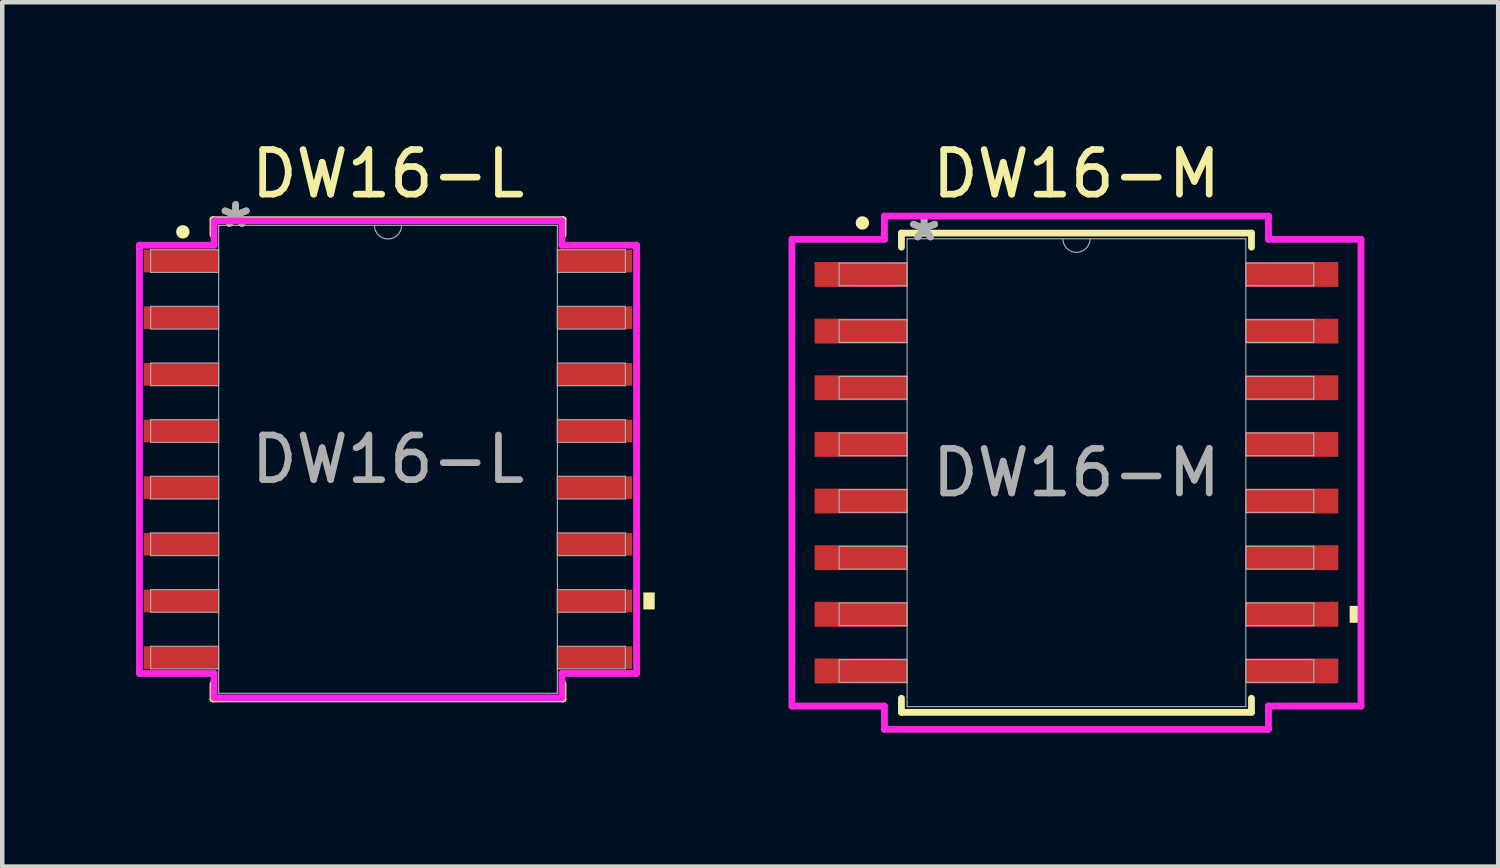
<source format=kicad_pcb>
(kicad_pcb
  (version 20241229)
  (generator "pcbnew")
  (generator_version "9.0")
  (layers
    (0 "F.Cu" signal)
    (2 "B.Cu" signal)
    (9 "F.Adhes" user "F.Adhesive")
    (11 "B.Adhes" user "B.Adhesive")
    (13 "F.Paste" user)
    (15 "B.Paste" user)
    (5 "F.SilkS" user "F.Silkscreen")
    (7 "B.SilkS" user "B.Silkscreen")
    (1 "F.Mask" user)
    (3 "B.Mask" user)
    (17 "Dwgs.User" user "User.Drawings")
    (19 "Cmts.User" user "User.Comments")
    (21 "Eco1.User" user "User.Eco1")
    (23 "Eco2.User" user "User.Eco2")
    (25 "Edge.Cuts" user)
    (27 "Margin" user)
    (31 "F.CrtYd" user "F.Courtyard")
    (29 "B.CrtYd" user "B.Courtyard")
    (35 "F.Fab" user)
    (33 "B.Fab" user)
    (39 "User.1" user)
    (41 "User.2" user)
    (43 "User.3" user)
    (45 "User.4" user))
  (footprint "DW16-L"
    (layer "F.Cu")
    (at 5.649 7.248)
    (property "Reference" "DW16-L" (at 0 -6.4 0) (unlocked yes) (layer "F.SilkS") (effects (font (size 1 1) (thickness 0.15))))
    (attr smd)
    (fp_line (start -3.924 -5.372) (end -3.924 -5.032) (stroke (width 0.152) (type solid)) (layer "F.SilkS"))
    (fp_line (start -3.924 5.032) (end -3.924 5.372) (stroke (width 0.152) (type solid)) (layer "F.SilkS"))
    (fp_line (start -3.924 5.372) (end 3.924 5.372) (stroke (width 0.152) (type solid)) (layer "F.SilkS"))
    (fp_line (start 3.924 -5.372) (end -3.924 -5.372) (stroke (width 0.152) (type solid)) (layer "F.SilkS"))
    (fp_line (start 3.924 -5.032) (end 3.924 -5.372) (stroke (width 0.152) (type solid)) (layer "F.SilkS"))
    (fp_line (start 3.924 5.372) (end 3.924 5.032) (stroke (width 0.152) (type solid)) (layer "F.SilkS"))
    (fp_circle (center -4.6 -5.1) (end -4.5 -5.1) (stroke (width 0.1) (type solid)) (fill yes) (layer "F.SilkS"))
    (fp_poly (pts (xy 5.979 2.985) (xy 5.979 3.365) (xy 5.725 3.365) (xy 5.725 2.985)) (stroke (width 0) (type solid)) (fill yes) (layer "F.SilkS"))
    (fp_line (start -5.573 -4.801) (end -3.899 -4.801) (stroke (width 0.152) (type solid)) (layer "F.CrtYd"))
    (fp_line (start -5.573 4.801) (end -5.573 -4.801) (stroke (width 0.152) (type solid)) (layer "F.CrtYd"))
    (fp_line (start -5.573 4.801) (end -3.899 4.801) (stroke (width 0.152) (type solid)) (layer "F.CrtYd"))
    (fp_line (start -3.899 -5.347) (end 3.899 -5.347) (stroke (width 0.152) (type solid)) (layer "F.CrtYd"))
    (fp_line (start -3.899 -4.801) (end -3.899 -5.347) (stroke (width 0.152) (type solid)) (layer "F.CrtYd"))
    (fp_line (start -3.899 5.347) (end -3.899 4.801) (stroke (width 0.152) (type solid)) (layer "F.CrtYd"))
    (fp_line (start 3.899 -5.347) (end 3.899 -4.801) (stroke (width 0.152) (type solid)) (layer "F.CrtYd"))
    (fp_line (start 3.899 4.801) (end 3.899 5.347) (stroke (width 0.152) (type solid)) (layer "F.CrtYd"))
    (fp_line (start 3.899 5.347) (end -3.899 5.347) (stroke (width 0.152) (type solid)) (layer "F.CrtYd"))
    (fp_line (start 5.573 -4.801) (end 3.899 -4.801) (stroke (width 0.152) (type solid)) (layer "F.CrtYd"))
    (fp_line (start 5.573 -4.801) (end 5.573 4.801) (stroke (width 0.152) (type solid)) (layer "F.CrtYd"))
    (fp_line (start 5.573 4.801) (end 3.899 4.801) (stroke (width 0.152) (type solid)) (layer "F.CrtYd"))
    (fp_line (start -5.321 -4.699) (end -5.321 -4.191) (stroke (width 0.025) (type solid)) (layer "F.Fab"))
    (fp_line (start -5.321 -4.191) (end -3.797 -4.191) (stroke (width 0.025) (type solid)) (layer "F.Fab"))
    (fp_line (start -5.321 -3.429) (end -5.321 -2.921) (stroke (width 0.025) (type solid)) (layer "F.Fab"))
    (fp_line (start -5.321 -2.921) (end -3.797 -2.921) (stroke (width 0.025) (type solid)) (layer "F.Fab"))
    (fp_line (start -5.321 -2.159) (end -5.321 -1.651) (stroke (width 0.025) (type solid)) (layer "F.Fab"))
    (fp_line (start -5.321 -1.651) (end -3.797 -1.651) (stroke (width 0.025) (type solid)) (layer "F.Fab"))
    (fp_line (start -5.321 -0.889) (end -5.321 -0.381) (stroke (width 0.025) (type solid)) (layer "F.Fab"))
    (fp_line (start -5.321 -0.381) (end -3.797 -0.381) (stroke (width 0.025) (type solid)) (layer "F.Fab"))
    (fp_line (start -5.321 0.381) (end -5.321 0.889) (stroke (width 0.025) (type solid)) (layer "F.Fab"))
    (fp_line (start -5.321 0.889) (end -3.797 0.889) (stroke (width 0.025) (type solid)) (layer "F.Fab"))
    (fp_line (start -5.321 1.651) (end -5.321 2.159) (stroke (width 0.025) (type solid)) (layer "F.Fab"))
    (fp_line (start -5.321 2.159) (end -3.797 2.159) (stroke (width 0.025) (type solid)) (layer "F.Fab"))
    (fp_line (start -5.321 2.921) (end -5.321 3.429) (stroke (width 0.025) (type solid)) (layer "F.Fab"))
    (fp_line (start -5.321 3.429) (end -3.797 3.429) (stroke (width 0.025) (type solid)) (layer "F.Fab"))
    (fp_line (start -5.321 4.191) (end -5.321 4.699) (stroke (width 0.025) (type solid)) (layer "F.Fab"))
    (fp_line (start -5.321 4.699) (end -3.797 4.699) (stroke (width 0.025) (type solid)) (layer "F.Fab"))
    (fp_line (start -3.797 -5.245) (end -3.797 5.245) (stroke (width 0.025) (type solid)) (layer "F.Fab"))
    (fp_line (start -3.797 -4.699) (end -5.321 -4.699) (stroke (width 0.025) (type solid)) (layer "F.Fab"))
    (fp_line (start -3.797 -4.191) (end -3.797 -4.699) (stroke (width 0.025) (type solid)) (layer "F.Fab"))
    (fp_line (start -3.797 -3.429) (end -5.321 -3.429) (stroke (width 0.025) (type solid)) (layer "F.Fab"))
    (fp_line (start -3.797 -2.921) (end -3.797 -3.429) (stroke (width 0.025) (type solid)) (layer "F.Fab"))
    (fp_line (start -3.797 -2.159) (end -5.321 -2.159) (stroke (width 0.025) (type solid)) (layer "F.Fab"))
    (fp_line (start -3.797 -1.651) (end -3.797 -2.159) (stroke (width 0.025) (type solid)) (layer "F.Fab"))
    (fp_line (start -3.797 -0.889) (end -5.321 -0.889) (stroke (width 0.025) (type solid)) (layer "F.Fab"))
    (fp_line (start -3.797 -0.381) (end -3.797 -0.889) (stroke (width 0.025) (type solid)) (layer "F.Fab"))
    (fp_line (start -3.797 0.381) (end -5.321 0.381) (stroke (width 0.025) (type solid)) (layer "F.Fab"))
    (fp_line (start -3.797 0.889) (end -3.797 0.381) (stroke (width 0.025) (type solid)) (layer "F.Fab"))
    (fp_line (start -3.797 1.651) (end -5.321 1.651) (stroke (width 0.025) (type solid)) (layer "F.Fab"))
    (fp_line (start -3.797 2.159) (end -3.797 1.651) (stroke (width 0.025) (type solid)) (layer "F.Fab"))
    (fp_line (start -3.797 2.921) (end -5.321 2.921) (stroke (width 0.025) (type solid)) (layer "F.Fab"))
    (fp_line (start -3.797 3.429) (end -3.797 2.921) (stroke (width 0.025) (type solid)) (layer "F.Fab"))
    (fp_line (start -3.797 4.191) (end -5.321 4.191) (stroke (width 0.025) (type solid)) (layer "F.Fab"))
    (fp_line (start -3.797 4.699) (end -3.797 4.191) (stroke (width 0.025) (type solid)) (layer "F.Fab"))
    (fp_line (start -3.797 5.245) (end 3.797 5.245) (stroke (width 0.025) (type solid)) (layer "F.Fab"))
    (fp_line (start 3.797 -5.245) (end -3.797 -5.245) (stroke (width 0.025) (type solid)) (layer "F.Fab"))
    (fp_line (start 3.797 -4.699) (end 3.797 -4.191) (stroke (width 0.025) (type solid)) (layer "F.Fab"))
    (fp_line (start 3.797 -4.191) (end 5.321 -4.191) (stroke (width 0.025) (type solid)) (layer "F.Fab"))
    (fp_line (start 3.797 -3.429) (end 3.797 -2.921) (stroke (width 0.025) (type solid)) (layer "F.Fab"))
    (fp_line (start 3.797 -2.921) (end 5.321 -2.921) (stroke (width 0.025) (type solid)) (layer "F.Fab"))
    (fp_line (start 3.797 -2.159) (end 3.797 -1.651) (stroke (width 0.025) (type solid)) (layer "F.Fab"))
    (fp_line (start 3.797 -1.651) (end 5.321 -1.651) (stroke (width 0.025) (type solid)) (layer "F.Fab"))
    (fp_line (start 3.797 -0.889) (end 3.797 -0.381) (stroke (width 0.025) (type solid)) (layer "F.Fab"))
    (fp_line (start 3.797 -0.381) (end 5.321 -0.381) (stroke (width 0.025) (type solid)) (layer "F.Fab"))
    (fp_line (start 3.797 0.381) (end 3.797 0.889) (stroke (width 0.025) (type solid)) (layer "F.Fab"))
    (fp_line (start 3.797 0.889) (end 5.321 0.889) (stroke (width 0.025) (type solid)) (layer "F.Fab"))
    (fp_line (start 3.797 1.651) (end 3.797 2.159) (stroke (width 0.025) (type solid)) (layer "F.Fab"))
    (fp_line (start 3.797 2.159) (end 5.321 2.159) (stroke (width 0.025) (type solid)) (layer "F.Fab"))
    (fp_line (start 3.797 2.921) (end 3.797 3.429) (stroke (width 0.025) (type solid)) (layer "F.Fab"))
    (fp_line (start 3.797 3.429) (end 5.321 3.429) (stroke (width 0.025) (type solid)) (layer "F.Fab"))
    (fp_line (start 3.797 4.191) (end 3.797 4.699) (stroke (width 0.025) (type solid)) (layer "F.Fab"))
    (fp_line (start 3.797 4.699) (end 5.321 4.699) (stroke (width 0.025) (type solid)) (layer "F.Fab"))
    (fp_line (start 3.797 5.245) (end 3.797 -5.245) (stroke (width 0.025) (type solid)) (layer "F.Fab"))
    (fp_line (start 5.321 -4.699) (end 3.797 -4.699) (stroke (width 0.025) (type solid)) (layer "F.Fab"))
    (fp_line (start 5.321 -4.191) (end 5.321 -4.699) (stroke (width 0.025) (type solid)) (layer "F.Fab"))
    (fp_line (start 5.321 -3.429) (end 3.797 -3.429) (stroke (width 0.025) (type solid)) (layer "F.Fab"))
    (fp_line (start 5.321 -2.921) (end 5.321 -3.429) (stroke (width 0.025) (type solid)) (layer "F.Fab"))
    (fp_line (start 5.321 -2.159) (end 3.797 -2.159) (stroke (width 0.025) (type solid)) (layer "F.Fab"))
    (fp_line (start 5.321 -1.651) (end 5.321 -2.159) (stroke (width 0.025) (type solid)) (layer "F.Fab"))
    (fp_line (start 5.321 -0.889) (end 3.797 -0.889) (stroke (width 0.025) (type solid)) (layer "F.Fab"))
    (fp_line (start 5.321 -0.381) (end 5.321 -0.889) (stroke (width 0.025) (type solid)) (layer "F.Fab"))
    (fp_line (start 5.321 0.381) (end 3.797 0.381) (stroke (width 0.025) (type solid)) (layer "F.Fab"))
    (fp_line (start 5.321 0.889) (end 5.321 0.381) (stroke (width 0.025) (type solid)) (layer "F.Fab"))
    (fp_line (start 5.321 1.651) (end 3.797 1.651) (stroke (width 0.025) (type solid)) (layer "F.Fab"))
    (fp_line (start 5.321 2.159) (end 5.321 1.651) (stroke (width 0.025) (type solid)) (layer "F.Fab"))
    (fp_line (start 5.321 2.921) (end 3.797 2.921) (stroke (width 0.025) (type solid)) (layer "F.Fab"))
    (fp_line (start 5.321 3.429) (end 5.321 2.921) (stroke (width 0.025) (type solid)) (layer "F.Fab"))
    (fp_line (start 5.321 4.191) (end 3.797 4.191) (stroke (width 0.025) (type solid)) (layer "F.Fab"))
    (fp_line (start 5.321 4.699) (end 5.321 4.191) (stroke (width 0.025) (type solid)) (layer "F.Fab"))
    (fp_arc (start 0.3048 -5.2451) (mid 0 -4.9403) (end -0.3048 -5.2451) (stroke (width 0.0254) (type solid)) (layer "F.Fab"))
    (fp_text user "*" (at -3.416 -5.169 0) (layer "F.Fab") (effects (font (size 1 1) (thickness 0.15))))
    (fp_text user "*" (at -3.416 -5.169 0) (unlocked yes) (layer "F.Fab") (effects (font (size 1 1) (thickness 0.15))))
    (fp_text user "${REFERENCE}" (at 0 0 0) (unlocked yes) (layer "F.Fab") (effects (font (size 1 1) (thickness 0.15))))
    (pad "1" smd rect (at -4.636 -4.445) (size 1.67 0.508) (layers "F.Cu" "F.Mask" "F.Paste"))
    (pad "2" smd rect (at -4.636 -3.175) (size 1.67 0.508) (layers "F.Cu" "F.Mask" "F.Paste"))
    (pad "3" smd rect (at -4.636 -1.905) (size 1.67 0.508) (layers "F.Cu" "F.Mask" "F.Paste"))
    (pad "4" smd rect (at -4.636 -0.635) (size 1.67 0.508) (layers "F.Cu" "F.Mask" "F.Paste"))
    (pad "5" smd rect (at -4.636 0.635) (size 1.67 0.508) (layers "F.Cu" "F.Mask" "F.Paste"))
    (pad "6" smd rect (at -4.636 1.905) (size 1.67 0.508) (layers "F.Cu" "F.Mask" "F.Paste"))
    (pad "7" smd rect (at -4.636 3.175) (size 1.67 0.508) (layers "F.Cu" "F.Mask" "F.Paste"))
    (pad "8" smd rect (at -4.636 4.445) (size 1.67 0.508) (layers "F.Cu" "F.Mask" "F.Paste"))
    (pad "9" smd rect (at 4.636 4.445) (size 1.67 0.508) (layers "F.Cu" "F.Mask" "F.Paste"))
    (pad "10" smd rect (at 4.636 3.175) (size 1.67 0.508) (layers "F.Cu" "F.Mask" "F.Paste"))
    (pad "11" smd rect (at 4.636 1.905) (size 1.67 0.508) (layers "F.Cu" "F.Mask" "F.Paste"))
    (pad "12" smd rect (at 4.636 0.635) (size 1.67 0.508) (layers "F.Cu" "F.Mask" "F.Paste"))
    (pad "13" smd rect (at 4.636 -0.635) (size 1.67 0.508) (layers "F.Cu" "F.Mask" "F.Paste"))
    (pad "14" smd rect (at 4.636 -1.905) (size 1.67 0.508) (layers "F.Cu" "F.Mask" "F.Paste"))
    (pad "15" smd rect (at 4.636 -3.175) (size 1.67 0.508) (layers "F.Cu" "F.Mask" "F.Paste"))
    (pad "16" smd rect (at 4.636 -4.445) (size 1.67 0.508) (layers "F.Cu" "F.Mask" "F.Paste")))
  (footprint "DW16-M"
    (layer "F.Cu")
    (at 21.084 7.548)
    (property "Reference" "DW16-M" (at 0 -6.7 0) (unlocked yes) (layer "F.SilkS") (effects (font (size 1 1) (thickness 0.15))))
    (attr smd)
    (fp_line (start -3.924 -5.372) (end -3.924 -5.057) (stroke (width 0.152) (type solid)) (layer "F.SilkS"))
    (fp_line (start -3.924 5.057) (end -3.924 5.372) (stroke (width 0.152) (type solid)) (layer "F.SilkS"))
    (fp_line (start -3.924 5.372) (end 3.924 5.372) (stroke (width 0.152) (type solid)) (layer "F.SilkS"))
    (fp_line (start 3.924 -5.372) (end -3.924 -5.372) (stroke (width 0.152) (type solid)) (layer "F.SilkS"))
    (fp_line (start 3.924 -5.057) (end 3.924 -5.372) (stroke (width 0.152) (type solid)) (layer "F.SilkS"))
    (fp_line (start 3.924 5.372) (end 3.924 5.057) (stroke (width 0.152) (type solid)) (layer "F.SilkS"))
    (fp_circle (center -4.8 -5.6) (end -4.7 -5.6) (stroke (width 0.1) (type solid)) (fill yes) (layer "F.SilkS"))
    (fp_poly (pts (xy 6.379 2.985) (xy 6.379 3.365) (xy 6.125 3.365) (xy 6.125 2.985)) (stroke (width 0) (type solid)) (fill yes) (layer "F.SilkS"))
    (fp_line (start -6.379 -5.232) (end -4.305 -5.232) (stroke (width 0.152) (type solid)) (layer "F.CrtYd"))
    (fp_line (start -6.379 5.232) (end -6.379 -5.232) (stroke (width 0.152) (type solid)) (layer "F.CrtYd"))
    (fp_line (start -6.379 5.232) (end -4.305 5.232) (stroke (width 0.152) (type solid)) (layer "F.CrtYd"))
    (fp_line (start -4.305 -5.753) (end 4.305 -5.753) (stroke (width 0.152) (type solid)) (layer "F.CrtYd"))
    (fp_line (start -4.305 -5.232) (end -4.305 -5.753) (stroke (width 0.152) (type solid)) (layer "F.CrtYd"))
    (fp_line (start -4.305 5.753) (end -4.305 5.232) (stroke (width 0.152) (type solid)) (layer "F.CrtYd"))
    (fp_line (start 4.305 -5.753) (end 4.305 -5.232) (stroke (width 0.152) (type solid)) (layer "F.CrtYd"))
    (fp_line (start 4.305 5.232) (end 4.305 5.753) (stroke (width 0.152) (type solid)) (layer "F.CrtYd"))
    (fp_line (start 4.305 5.753) (end -4.305 5.753) (stroke (width 0.152) (type solid)) (layer "F.CrtYd"))
    (fp_line (start 6.379 -5.232) (end 4.305 -5.232) (stroke (width 0.152) (type solid)) (layer "F.CrtYd"))
    (fp_line (start 6.379 -5.232) (end 6.379 5.232) (stroke (width 0.152) (type solid)) (layer "F.CrtYd"))
    (fp_line (start 6.379 5.232) (end 4.305 5.232) (stroke (width 0.152) (type solid)) (layer "F.CrtYd"))
    (fp_line (start -5.321 -4.699) (end -5.321 -4.191) (stroke (width 0.025) (type solid)) (layer "F.Fab"))
    (fp_line (start -5.321 -4.191) (end -3.797 -4.191) (stroke (width 0.025) (type solid)) (layer "F.Fab"))
    (fp_line (start -5.321 -3.429) (end -5.321 -2.921) (stroke (width 0.025) (type solid)) (layer "F.Fab"))
    (fp_line (start -5.321 -2.921) (end -3.797 -2.921) (stroke (width 0.025) (type solid)) (layer "F.Fab"))
    (fp_line (start -5.321 -2.159) (end -5.321 -1.651) (stroke (width 0.025) (type solid)) (layer "F.Fab"))
    (fp_line (start -5.321 -1.651) (end -3.797 -1.651) (stroke (width 0.025) (type solid)) (layer "F.Fab"))
    (fp_line (start -5.321 -0.889) (end -5.321 -0.381) (stroke (width 0.025) (type solid)) (layer "F.Fab"))
    (fp_line (start -5.321 -0.381) (end -3.797 -0.381) (stroke (width 0.025) (type solid)) (layer "F.Fab"))
    (fp_line (start -5.321 0.381) (end -5.321 0.889) (stroke (width 0.025) (type solid)) (layer "F.Fab"))
    (fp_line (start -5.321 0.889) (end -3.797 0.889) (stroke (width 0.025) (type solid)) (layer "F.Fab"))
    (fp_line (start -5.321 1.651) (end -5.321 2.159) (stroke (width 0.025) (type solid)) (layer "F.Fab"))
    (fp_line (start -5.321 2.159) (end -3.797 2.159) (stroke (width 0.025) (type solid)) (layer "F.Fab"))
    (fp_line (start -5.321 2.921) (end -5.321 3.429) (stroke (width 0.025) (type solid)) (layer "F.Fab"))
    (fp_line (start -5.321 3.429) (end -3.797 3.429) (stroke (width 0.025) (type solid)) (layer "F.Fab"))
    (fp_line (start -5.321 4.191) (end -5.321 4.699) (stroke (width 0.025) (type solid)) (layer "F.Fab"))
    (fp_line (start -5.321 4.699) (end -3.797 4.699) (stroke (width 0.025) (type solid)) (layer "F.Fab"))
    (fp_line (start -3.797 -5.245) (end -3.797 5.245) (stroke (width 0.025) (type solid)) (layer "F.Fab"))
    (fp_line (start -3.797 -4.699) (end -5.321 -4.699) (stroke (width 0.025) (type solid)) (layer "F.Fab"))
    (fp_line (start -3.797 -4.191) (end -3.797 -4.699) (stroke (width 0.025) (type solid)) (layer "F.Fab"))
    (fp_line (start -3.797 -3.429) (end -5.321 -3.429) (stroke (width 0.025) (type solid)) (layer "F.Fab"))
    (fp_line (start -3.797 -2.921) (end -3.797 -3.429) (stroke (width 0.025) (type solid)) (layer "F.Fab"))
    (fp_line (start -3.797 -2.159) (end -5.321 -2.159) (stroke (width 0.025) (type solid)) (layer "F.Fab"))
    (fp_line (start -3.797 -1.651) (end -3.797 -2.159) (stroke (width 0.025) (type solid)) (layer "F.Fab"))
    (fp_line (start -3.797 -0.889) (end -5.321 -0.889) (stroke (width 0.025) (type solid)) (layer "F.Fab"))
    (fp_line (start -3.797 -0.381) (end -3.797 -0.889) (stroke (width 0.025) (type solid)) (layer "F.Fab"))
    (fp_line (start -3.797 0.381) (end -5.321 0.381) (stroke (width 0.025) (type solid)) (layer "F.Fab"))
    (fp_line (start -3.797 0.889) (end -3.797 0.381) (stroke (width 0.025) (type solid)) (layer "F.Fab"))
    (fp_line (start -3.797 1.651) (end -5.321 1.651) (stroke (width 0.025) (type solid)) (layer "F.Fab"))
    (fp_line (start -3.797 2.159) (end -3.797 1.651) (stroke (width 0.025) (type solid)) (layer "F.Fab"))
    (fp_line (start -3.797 2.921) (end -5.321 2.921) (stroke (width 0.025) (type solid)) (layer "F.Fab"))
    (fp_line (start -3.797 3.429) (end -3.797 2.921) (stroke (width 0.025) (type solid)) (layer "F.Fab"))
    (fp_line (start -3.797 4.191) (end -5.321 4.191) (stroke (width 0.025) (type solid)) (layer "F.Fab"))
    (fp_line (start -3.797 4.699) (end -3.797 4.191) (stroke (width 0.025) (type solid)) (layer "F.Fab"))
    (fp_line (start -3.797 5.245) (end 3.797 5.245) (stroke (width 0.025) (type solid)) (layer "F.Fab"))
    (fp_line (start 3.797 -5.245) (end -3.797 -5.245) (stroke (width 0.025) (type solid)) (layer "F.Fab"))
    (fp_line (start 3.797 -4.699) (end 3.797 -4.191) (stroke (width 0.025) (type solid)) (layer "F.Fab"))
    (fp_line (start 3.797 -4.191) (end 5.321 -4.191) (stroke (width 0.025) (type solid)) (layer "F.Fab"))
    (fp_line (start 3.797 -3.429) (end 3.797 -2.921) (stroke (width 0.025) (type solid)) (layer "F.Fab"))
    (fp_line (start 3.797 -2.921) (end 5.321 -2.921) (stroke (width 0.025) (type solid)) (layer "F.Fab"))
    (fp_line (start 3.797 -2.159) (end 3.797 -1.651) (stroke (width 0.025) (type solid)) (layer "F.Fab"))
    (fp_line (start 3.797 -1.651) (end 5.321 -1.651) (stroke (width 0.025) (type solid)) (layer "F.Fab"))
    (fp_line (start 3.797 -0.889) (end 3.797 -0.381) (stroke (width 0.025) (type solid)) (layer "F.Fab"))
    (fp_line (start 3.797 -0.381) (end 5.321 -0.381) (stroke (width 0.025) (type solid)) (layer "F.Fab"))
    (fp_line (start 3.797 0.381) (end 3.797 0.889) (stroke (width 0.025) (type solid)) (layer "F.Fab"))
    (fp_line (start 3.797 0.889) (end 5.321 0.889) (stroke (width 0.025) (type solid)) (layer "F.Fab"))
    (fp_line (start 3.797 1.651) (end 3.797 2.159) (stroke (width 0.025) (type solid)) (layer "F.Fab"))
    (fp_line (start 3.797 2.159) (end 5.321 2.159) (stroke (width 0.025) (type solid)) (layer "F.Fab"))
    (fp_line (start 3.797 2.921) (end 3.797 3.429) (stroke (width 0.025) (type solid)) (layer "F.Fab"))
    (fp_line (start 3.797 3.429) (end 5.321 3.429) (stroke (width 0.025) (type solid)) (layer "F.Fab"))
    (fp_line (start 3.797 4.191) (end 3.797 4.699) (stroke (width 0.025) (type solid)) (layer "F.Fab"))
    (fp_line (start 3.797 4.699) (end 5.321 4.699) (stroke (width 0.025) (type solid)) (layer "F.Fab"))
    (fp_line (start 3.797 5.245) (end 3.797 -5.245) (stroke (width 0.025) (type solid)) (layer "F.Fab"))
    (fp_line (start 5.321 -4.699) (end 3.797 -4.699) (stroke (width 0.025) (type solid)) (layer "F.Fab"))
    (fp_line (start 5.321 -4.191) (end 5.321 -4.699) (stroke (width 0.025) (type solid)) (layer "F.Fab"))
    (fp_line (start 5.321 -3.429) (end 3.797 -3.429) (stroke (width 0.025) (type solid)) (layer "F.Fab"))
    (fp_line (start 5.321 -2.921) (end 5.321 -3.429) (stroke (width 0.025) (type solid)) (layer "F.Fab"))
    (fp_line (start 5.321 -2.159) (end 3.797 -2.159) (stroke (width 0.025) (type solid)) (layer "F.Fab"))
    (fp_line (start 5.321 -1.651) (end 5.321 -2.159) (stroke (width 0.025) (type solid)) (layer "F.Fab"))
    (fp_line (start 5.321 -0.889) (end 3.797 -0.889) (stroke (width 0.025) (type solid)) (layer "F.Fab"))
    (fp_line (start 5.321 -0.381) (end 5.321 -0.889) (stroke (width 0.025) (type solid)) (layer "F.Fab"))
    (fp_line (start 5.321 0.381) (end 3.797 0.381) (stroke (width 0.025) (type solid)) (layer "F.Fab"))
    (fp_line (start 5.321 0.889) (end 5.321 0.381) (stroke (width 0.025) (type solid)) (layer "F.Fab"))
    (fp_line (start 5.321 1.651) (end 3.797 1.651) (stroke (width 0.025) (type solid)) (layer "F.Fab"))
    (fp_line (start 5.321 2.159) (end 5.321 1.651) (stroke (width 0.025) (type solid)) (layer "F.Fab"))
    (fp_line (start 5.321 2.921) (end 3.797 2.921) (stroke (width 0.025) (type solid)) (layer "F.Fab"))
    (fp_line (start 5.321 3.429) (end 5.321 2.921) (stroke (width 0.025) (type solid)) (layer "F.Fab"))
    (fp_line (start 5.321 4.191) (end 3.797 4.191) (stroke (width 0.025) (type solid)) (layer "F.Fab"))
    (fp_line (start 5.321 4.699) (end 5.321 4.191) (stroke (width 0.025) (type solid)) (layer "F.Fab"))
    (fp_arc (start 0.3048 -5.2451) (mid 0 -4.9403) (end -0.3048 -5.2451) (stroke (width 0.0254) (type solid)) (layer "F.Fab"))
    (fp_text user "${REFERENCE}" (at 0 0 0) (unlocked yes) (layer "F.Fab") (effects (font (size 1 1) (thickness 0.15))))
    (fp_text user "*" (at -3.416 -5.169 0) (layer "F.Fab") (effects (font (size 1 1) (thickness 0.15))))
    (fp_text user "*" (at -3.416 -5.169 0) (unlocked yes) (layer "F.Fab") (effects (font (size 1 1) (thickness 0.15))))
    (pad "1" smd rect (at -4.834 -4.445) (size 2.074 0.558) (layers "F.Cu" "F.Mask" "F.Paste"))
    (pad "2" smd rect (at -4.834 -3.175) (size 2.074 0.558) (layers "F.Cu" "F.Mask" "F.Paste"))
    (pad "3" smd rect (at -4.834 -1.905) (size 2.074 0.558) (layers "F.Cu" "F.Mask" "F.Paste"))
    (pad "4" smd rect (at -4.834 -0.635) (size 2.074 0.558) (layers "F.Cu" "F.Mask" "F.Paste"))
    (pad "5" smd rect (at -4.834 0.635) (size 2.074 0.558) (layers "F.Cu" "F.Mask" "F.Paste"))
    (pad "6" smd rect (at -4.834 1.905) (size 2.074 0.558) (layers "F.Cu" "F.Mask" "F.Paste"))
    (pad "7" smd rect (at -4.834 3.175) (size 2.074 0.558) (layers "F.Cu" "F.Mask" "F.Paste"))
    (pad "8" smd rect (at -4.834 4.445) (size 2.074 0.558) (layers "F.Cu" "F.Mask" "F.Paste"))
    (pad "9" smd rect (at 4.834 4.445) (size 2.074 0.558) (layers "F.Cu" "F.Mask" "F.Paste"))
    (pad "10" smd rect (at 4.834 3.175) (size 2.074 0.558) (layers "F.Cu" "F.Mask" "F.Paste"))
    (pad "11" smd rect (at 4.834 1.905) (size 2.074 0.558) (layers "F.Cu" "F.Mask" "F.Paste"))
    (pad "12" smd rect (at 4.834 0.635) (size 2.074 0.558) (layers "F.Cu" "F.Mask" "F.Paste"))
    (pad "13" smd rect (at 4.834 -0.635) (size 2.074 0.558) (layers "F.Cu" "F.Mask" "F.Paste"))
    (pad "14" smd rect (at 4.834 -1.905) (size 2.074 0.558) (layers "F.Cu" "F.Mask" "F.Paste"))
    (pad "15" smd rect (at 4.834 -3.175) (size 2.074 0.558) (layers "F.Cu" "F.Mask" "F.Paste"))
    (pad "16" smd rect (at 4.834 -4.445) (size 2.074 0.558) (layers "F.Cu" "F.Mask" "F.Paste")))
  (gr_rect
    (start -3 -3)
    (end 30.539 16.378)
    (stroke (width 0.1) (type default))
    (fill no)
    (layer "Edge.Cuts")))
</source>
